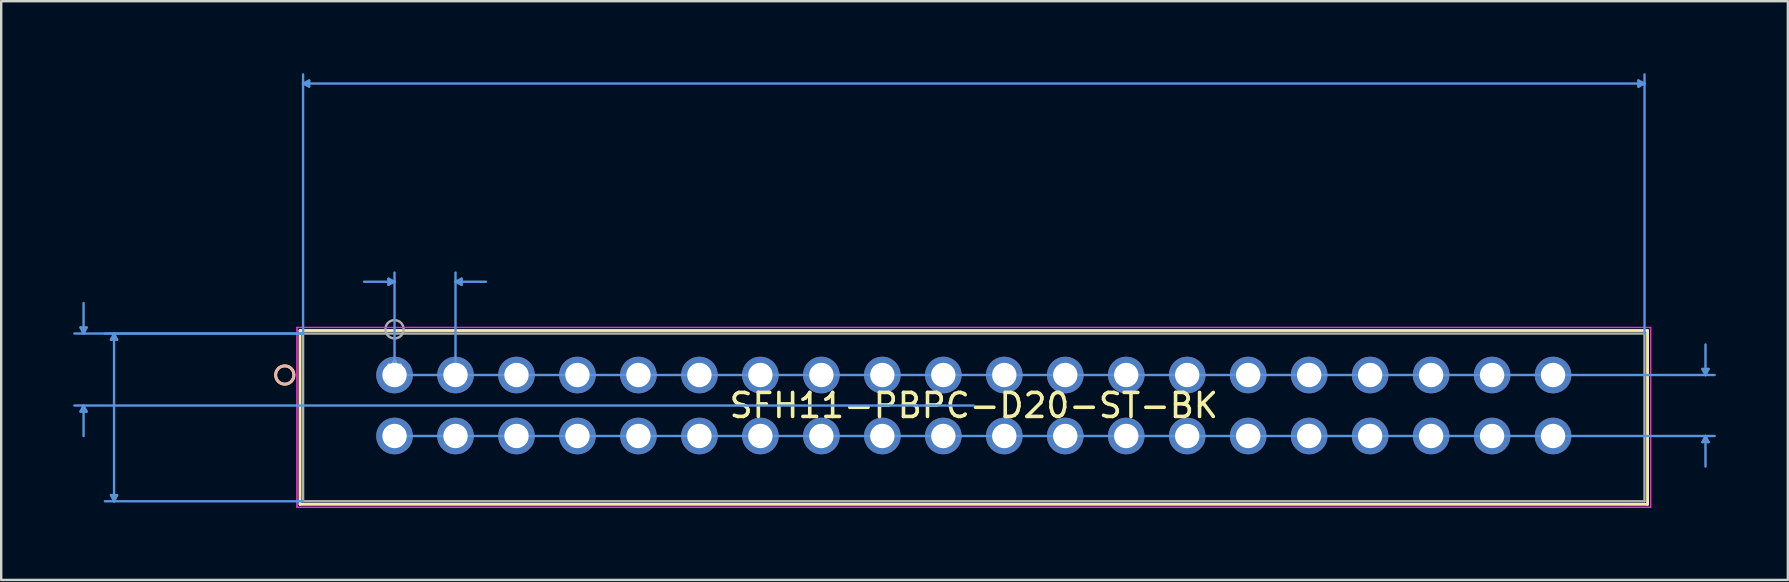
<source format=kicad_pcb>
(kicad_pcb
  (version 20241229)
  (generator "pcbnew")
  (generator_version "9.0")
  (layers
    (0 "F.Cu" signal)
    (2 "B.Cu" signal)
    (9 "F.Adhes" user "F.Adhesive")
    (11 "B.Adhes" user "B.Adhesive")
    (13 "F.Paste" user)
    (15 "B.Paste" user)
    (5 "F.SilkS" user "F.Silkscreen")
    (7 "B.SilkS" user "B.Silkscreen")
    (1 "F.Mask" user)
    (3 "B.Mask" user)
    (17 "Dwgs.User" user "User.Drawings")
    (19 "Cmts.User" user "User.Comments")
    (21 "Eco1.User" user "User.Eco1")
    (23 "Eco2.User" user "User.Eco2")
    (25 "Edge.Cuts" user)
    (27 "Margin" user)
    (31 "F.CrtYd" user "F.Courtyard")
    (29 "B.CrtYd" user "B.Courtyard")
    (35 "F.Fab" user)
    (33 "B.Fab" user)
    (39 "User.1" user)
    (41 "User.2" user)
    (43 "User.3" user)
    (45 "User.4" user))
  (footprint "SFH11-PBPC-D20-ST-BK"
    (layer "F.Cu")
    (at 13.385 12.572)
    (property "Reference" "SFH11-PBPC-D20-ST-BK" (at 24.13 1.27 0) (layer "F.SilkS") (effects (font (size 1 1) (thickness 0.15))))
    (attr through_hole)
    (fp_line (start -3.937 -1.854) (end -3.937 5.385) (stroke (width 0.12) (type solid)) (layer "F.SilkS"))
    (fp_line (start -3.937 5.385) (end 52.197 5.385) (stroke (width 0.12) (type solid)) (layer "F.SilkS"))
    (fp_line (start 52.197 -1.854) (end -3.937 -1.854) (stroke (width 0.12) (type solid)) (layer "F.SilkS"))
    (fp_line (start 52.197 5.385) (end 52.197 -1.854) (stroke (width 0.12) (type solid)) (layer "F.SilkS"))
    (fp_circle (center -4.572 0) (end -4.191 0) (stroke (width 0.12) (type solid)) (fill no) (layer "F.SilkS"))
    (fp_circle (center -4.572 0) (end -4.191 0) (stroke (width 0.12) (type solid)) (fill no) (layer "B.SilkS"))
    (fp_line (start -13.081 -1.981) (end -12.827 -1.981) (stroke (width 0.1) (type solid)) (layer "Cmts.User"))
    (fp_line (start -13.081 1.524) (end -12.827 1.524) (stroke (width 0.1) (type solid)) (layer "Cmts.User"))
    (fp_line (start -12.954 -1.727) (end -13.081 -1.981) (stroke (width 0.1) (type solid)) (layer "Cmts.User"))
    (fp_line (start -12.954 -1.727) (end -12.954 -2.997) (stroke (width 0.1) (type solid)) (layer "Cmts.User"))
    (fp_line (start -12.954 -1.727) (end -12.827 -1.981) (stroke (width 0.1) (type solid)) (layer "Cmts.User"))
    (fp_line (start -12.954 1.27) (end -13.081 1.524) (stroke (width 0.1) (type solid)) (layer "Cmts.User"))
    (fp_line (start -12.954 1.27) (end -12.954 2.54) (stroke (width 0.1) (type solid)) (layer "Cmts.User"))
    (fp_line (start -12.954 1.27) (end -12.827 1.524) (stroke (width 0.1) (type solid)) (layer "Cmts.User"))
    (fp_line (start -11.811 -1.473) (end -11.557 -1.473) (stroke (width 0.1) (type solid)) (layer "Cmts.User"))
    (fp_line (start -11.811 5.004) (end -11.557 5.004) (stroke (width 0.1) (type solid)) (layer "Cmts.User"))
    (fp_line (start -11.684 -1.727) (end -11.811 -1.473) (stroke (width 0.1) (type solid)) (layer "Cmts.User"))
    (fp_line (start -11.684 -1.727) (end -11.684 5.258) (stroke (width 0.1) (type solid)) (layer "Cmts.User"))
    (fp_line (start -11.684 -1.727) (end -11.557 -1.473) (stroke (width 0.1) (type solid)) (layer "Cmts.User"))
    (fp_line (start -11.684 5.258) (end -11.811 5.004) (stroke (width 0.1) (type solid)) (layer "Cmts.User"))
    (fp_line (start -11.684 5.258) (end -11.557 5.004) (stroke (width 0.1) (type solid)) (layer "Cmts.User"))
    (fp_line (start -3.81 -12.141) (end -3.556 -12.268) (stroke (width 0.1) (type solid)) (layer "Cmts.User"))
    (fp_line (start -3.81 -12.141) (end -3.556 -12.014) (stroke (width 0.1) (type solid)) (layer "Cmts.User"))
    (fp_line (start -3.81 -12.141) (end 52.07 -12.141) (stroke (width 0.1) (type solid)) (layer "Cmts.User"))
    (fp_line (start -3.81 -1.727) (end -13.335 -1.727) (stroke (width 0.1) (type solid)) (layer "Cmts.User"))
    (fp_line (start -3.81 -1.727) (end -12.065 -1.727) (stroke (width 0.1) (type solid)) (layer "Cmts.User"))
    (fp_line (start -3.81 -1.727) (end -3.81 -12.522) (stroke (width 0.1) (type solid)) (layer "Cmts.User"))
    (fp_line (start -3.81 5.258) (end -12.065 5.258) (stroke (width 0.1) (type solid)) (layer "Cmts.User"))
    (fp_line (start -3.556 -12.268) (end -3.556 -12.014) (stroke (width 0.1) (type solid)) (layer "Cmts.User"))
    (fp_line (start -0.254 -4.013) (end -0.254 -3.759) (stroke (width 0.1) (type solid)) (layer "Cmts.User"))
    (fp_line (start 0 -3.886) (end -1.27 -3.886) (stroke (width 0.1) (type solid)) (layer "Cmts.User"))
    (fp_line (start 0 -3.886) (end -0.254 -4.013) (stroke (width 0.1) (type solid)) (layer "Cmts.User"))
    (fp_line (start 0 -3.886) (end -0.254 -3.759) (stroke (width 0.1) (type solid)) (layer "Cmts.User"))
    (fp_line (start 0 0) (end 0 -4.267) (stroke (width 0.1) (type solid)) (layer "Cmts.User"))
    (fp_line (start 0 0) (end 54.991 0) (stroke (width 0.1) (type solid)) (layer "Cmts.User"))
    (fp_line (start 0 2.54) (end 54.991 2.54) (stroke (width 0.1) (type solid)) (layer "Cmts.User"))
    (fp_line (start 2.54 -3.886) (end 2.794 -4.013) (stroke (width 0.1) (type solid)) (layer "Cmts.User"))
    (fp_line (start 2.54 -3.886) (end 2.794 -3.759) (stroke (width 0.1) (type solid)) (layer "Cmts.User"))
    (fp_line (start 2.54 -3.886) (end 3.81 -3.886) (stroke (width 0.1) (type solid)) (layer "Cmts.User"))
    (fp_line (start 2.54 0) (end 2.54 -4.267) (stroke (width 0.1) (type solid)) (layer "Cmts.User"))
    (fp_line (start 2.794 -4.013) (end 2.794 -3.759) (stroke (width 0.1) (type solid)) (layer "Cmts.User"))
    (fp_line (start 24.13 1.27) (end -13.335 1.27) (stroke (width 0.1) (type solid)) (layer "Cmts.User"))
    (fp_line (start 51.816 -12.268) (end 51.816 -12.014) (stroke (width 0.1) (type solid)) (layer "Cmts.User"))
    (fp_line (start 52.07 -12.141) (end 51.816 -12.268) (stroke (width 0.1) (type solid)) (layer "Cmts.User"))
    (fp_line (start 52.07 -12.141) (end 51.816 -12.014) (stroke (width 0.1) (type solid)) (layer "Cmts.User"))
    (fp_line (start 52.07 -1.727) (end 52.07 -12.522) (stroke (width 0.1) (type solid)) (layer "Cmts.User"))
    (fp_line (start 54.483 -0.254) (end 54.737 -0.254) (stroke (width 0.1) (type solid)) (layer "Cmts.User"))
    (fp_line (start 54.483 2.794) (end 54.737 2.794) (stroke (width 0.1) (type solid)) (layer "Cmts.User"))
    (fp_line (start 54.61 0) (end 54.483 -0.254) (stroke (width 0.1) (type solid)) (layer "Cmts.User"))
    (fp_line (start 54.61 0) (end 54.61 -1.27) (stroke (width 0.1) (type solid)) (layer "Cmts.User"))
    (fp_line (start 54.61 0) (end 54.737 -0.254) (stroke (width 0.1) (type solid)) (layer "Cmts.User"))
    (fp_line (start 54.61 2.54) (end 54.483 2.794) (stroke (width 0.1) (type solid)) (layer "Cmts.User"))
    (fp_line (start 54.61 2.54) (end 54.61 3.81) (stroke (width 0.1) (type solid)) (layer "Cmts.User"))
    (fp_line (start 54.61 2.54) (end 54.737 2.794) (stroke (width 0.1) (type solid)) (layer "Cmts.User"))
    (fp_line (start -4.064 -1.981) (end -4.064 5.512) (stroke (width 0.05) (type solid)) (layer "F.CrtYd"))
    (fp_line (start -4.064 -1.981) (end -4.064 5.512) (stroke (width 0.05) (type solid)) (layer "F.CrtYd"))
    (fp_line (start -4.064 5.512) (end 52.324 5.512) (stroke (width 0.05) (type solid)) (layer "F.CrtYd"))
    (fp_line (start -4.064 5.512) (end 52.324 5.512) (stroke (width 0.05) (type solid)) (layer "F.CrtYd"))
    (fp_line (start 52.324 -1.981) (end -4.064 -1.981) (stroke (width 0.05) (type solid)) (layer "F.CrtYd"))
    (fp_line (start 52.324 -1.981) (end -4.064 -1.981) (stroke (width 0.05) (type solid)) (layer "F.CrtYd"))
    (fp_line (start 52.324 5.512) (end 52.324 -1.981) (stroke (width 0.05) (type solid)) (layer "F.CrtYd"))
    (fp_line (start 52.324 5.512) (end 52.324 -1.981) (stroke (width 0.05) (type solid)) (layer "F.CrtYd"))
    (fp_line (start -3.81 -1.727) (end -3.81 5.258) (stroke (width 0.1) (type solid)) (layer "F.Fab"))
    (fp_line (start -3.81 5.258) (end 52.07 5.258) (stroke (width 0.1) (type solid)) (layer "F.Fab"))
    (fp_line (start 52.07 -1.727) (end -3.81 -1.727) (stroke (width 0.1) (type solid)) (layer "F.Fab"))
    (fp_line (start 52.07 5.258) (end 52.07 -1.727) (stroke (width 0.1) (type solid)) (layer "F.Fab"))
    (fp_circle (center 0 -1.905) (end 0.381 -1.905) (stroke (width 0.1) (type solid)) (fill no) (layer "F.Fab"))
    (fp_text user "*" (at 0 0 0) (layer "F.SilkS") (effects (font (size 1 1) (thickness 0.15))))
    (fp_text user "Copyright 2021 Accelerated Designs. All rights reserved." (at 0 0 0) (layer "Cmts.User") (effects (font (size 0.127 0.127) (thickness 0.002))))
    (fp_text user "*" (at 0 0 0) (layer "F.Fab") (effects (font (size 1 1) (thickness 0.15))))
    (pad "1" thru_hole circle (at 0 0) (size 1.524 1.524) (drill 1.016) (layers "*.Cu" "*.Mask"))
    (pad "2" thru_hole circle (at 0 2.54) (size 1.524 1.524) (drill 1.016) (layers "*.Cu" "*.Mask"))
    (pad "3" thru_hole circle (at 2.54 0) (size 1.524 1.524) (drill 1.016) (layers "*.Cu" "*.Mask"))
    (pad "4" thru_hole circle (at 2.54 2.54) (size 1.524 1.524) (drill 1.016) (layers "*.Cu" "*.Mask"))
    (pad "5" thru_hole circle (at 5.08 0) (size 1.524 1.524) (drill 1.016) (layers "*.Cu" "*.Mask"))
    (pad "6" thru_hole circle (at 5.08 2.54) (size 1.524 1.524) (drill 1.016) (layers "*.Cu" "*.Mask"))
    (pad "7" thru_hole circle (at 7.62 0) (size 1.524 1.524) (drill 1.016) (layers "*.Cu" "*.Mask"))
    (pad "8" thru_hole circle (at 7.62 2.54) (size 1.524 1.524) (drill 1.016) (layers "*.Cu" "*.Mask"))
    (pad "9" thru_hole circle (at 10.16 0) (size 1.524 1.524) (drill 1.016) (layers "*.Cu" "*.Mask"))
    (pad "10" thru_hole circle (at 10.16 2.54) (size 1.524 1.524) (drill 1.016) (layers "*.Cu" "*.Mask"))
    (pad "11" thru_hole circle (at 12.7 0) (size 1.524 1.524) (drill 1.016) (layers "*.Cu" "*.Mask"))
    (pad "12" thru_hole circle (at 12.7 2.54) (size 1.524 1.524) (drill 1.016) (layers "*.Cu" "*.Mask"))
    (pad "13" thru_hole circle (at 15.24 0) (size 1.524 1.524) (drill 1.016) (layers "*.Cu" "*.Mask"))
    (pad "14" thru_hole circle (at 15.24 2.54) (size 1.524 1.524) (drill 1.016) (layers "*.Cu" "*.Mask"))
    (pad "15" thru_hole circle (at 17.78 0) (size 1.524 1.524) (drill 1.016) (layers "*.Cu" "*.Mask"))
    (pad "16" thru_hole circle (at 17.78 2.54) (size 1.524 1.524) (drill 1.016) (layers "*.Cu" "*.Mask"))
    (pad "17" thru_hole circle (at 20.32 0) (size 1.524 1.524) (drill 1.016) (layers "*.Cu" "*.Mask"))
    (pad "18" thru_hole circle (at 20.32 2.54) (size 1.524 1.524) (drill 1.016) (layers "*.Cu" "*.Mask"))
    (pad "19" thru_hole circle (at 22.86 0) (size 1.524 1.524) (drill 1.016) (layers "*.Cu" "*.Mask"))
    (pad "20" thru_hole circle (at 22.86 2.54) (size 1.524 1.524) (drill 1.016) (layers "*.Cu" "*.Mask"))
    (pad "21" thru_hole circle (at 25.4 0) (size 1.524 1.524) (drill 1.016) (layers "*.Cu" "*.Mask"))
    (pad "22" thru_hole circle (at 25.4 2.54) (size 1.524 1.524) (drill 1.016) (layers "*.Cu" "*.Mask"))
    (pad "23" thru_hole circle (at 27.94 0) (size 1.524 1.524) (drill 1.016) (layers "*.Cu" "*.Mask"))
    (pad "24" thru_hole circle (at 27.94 2.54) (size 1.524 1.524) (drill 1.016) (layers "*.Cu" "*.Mask"))
    (pad "25" thru_hole circle (at 30.48 0) (size 1.524 1.524) (drill 1.016) (layers "*.Cu" "*.Mask"))
    (pad "26" thru_hole circle (at 30.48 2.54) (size 1.524 1.524) (drill 1.016) (layers "*.Cu" "*.Mask"))
    (pad "27" thru_hole circle (at 33.02 0) (size 1.524 1.524) (drill 1.016) (layers "*.Cu" "*.Mask"))
    (pad "28" thru_hole circle (at 33.02 2.54) (size 1.524 1.524) (drill 1.016) (layers "*.Cu" "*.Mask"))
    (pad "29" thru_hole circle (at 35.56 0) (size 1.524 1.524) (drill 1.016) (layers "*.Cu" "*.Mask"))
    (pad "30" thru_hole circle (at 35.56 2.54) (size 1.524 1.524) (drill 1.016) (layers "*.Cu" "*.Mask"))
    (pad "31" thru_hole circle (at 38.1 0) (size 1.524 1.524) (drill 1.016) (layers "*.Cu" "*.Mask"))
    (pad "32" thru_hole circle (at 38.1 2.54) (size 1.524 1.524) (drill 1.016) (layers "*.Cu" "*.Mask"))
    (pad "33" thru_hole circle (at 40.64 0) (size 1.524 1.524) (drill 1.016) (layers "*.Cu" "*.Mask"))
    (pad "34" thru_hole circle (at 40.64 2.54) (size 1.524 1.524) (drill 1.016) (layers "*.Cu" "*.Mask"))
    (pad "35" thru_hole circle (at 43.18 0) (size 1.524 1.524) (drill 1.016) (layers "*.Cu" "*.Mask"))
    (pad "36" thru_hole circle (at 43.18 2.54) (size 1.524 1.524) (drill 1.016) (layers "*.Cu" "*.Mask"))
    (pad "37" thru_hole circle (at 45.72 0) (size 1.524 1.524) (drill 1.016) (layers "*.Cu" "*.Mask"))
    (pad "38" thru_hole circle (at 45.72 2.54) (size 1.524 1.524) (drill 1.016) (layers "*.Cu" "*.Mask"))
    (pad "39" thru_hole circle (at 48.26 0) (size 1.524 1.524) (drill 1.016) (layers "*.Cu" "*.Mask"))
    (pad "40" thru_hole circle (at 48.26 2.54) (size 1.524 1.524) (drill 1.016) (layers "*.Cu" "*.Mask")))
  (gr_rect
    (start -3 -3)
    (end 71.426 21.109)
    (stroke (width 0.1) (type default))
    (fill no)
    (layer "Edge.Cuts")))
</source>
